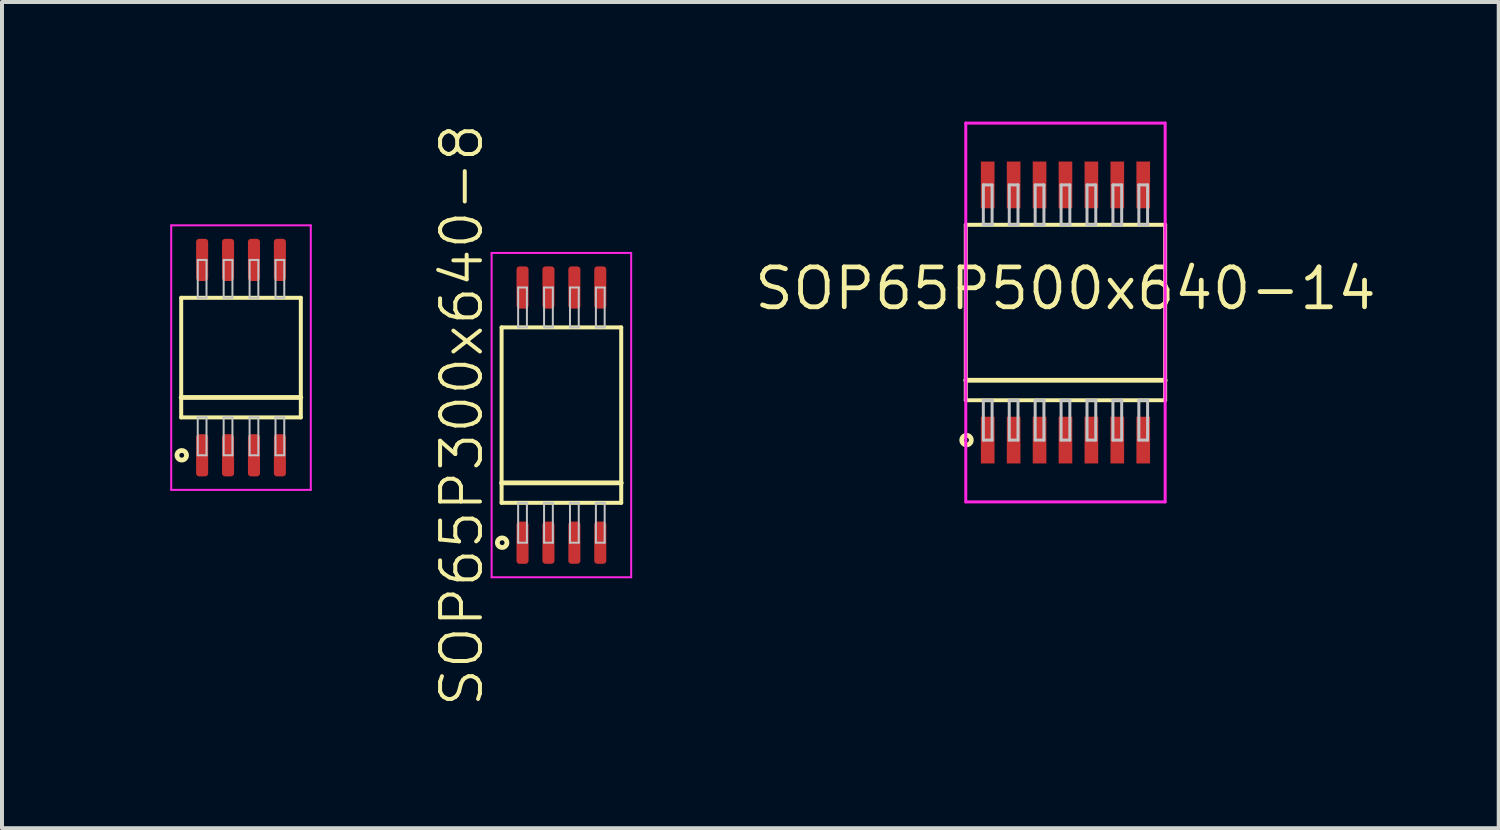
<source format=kicad_pcb>
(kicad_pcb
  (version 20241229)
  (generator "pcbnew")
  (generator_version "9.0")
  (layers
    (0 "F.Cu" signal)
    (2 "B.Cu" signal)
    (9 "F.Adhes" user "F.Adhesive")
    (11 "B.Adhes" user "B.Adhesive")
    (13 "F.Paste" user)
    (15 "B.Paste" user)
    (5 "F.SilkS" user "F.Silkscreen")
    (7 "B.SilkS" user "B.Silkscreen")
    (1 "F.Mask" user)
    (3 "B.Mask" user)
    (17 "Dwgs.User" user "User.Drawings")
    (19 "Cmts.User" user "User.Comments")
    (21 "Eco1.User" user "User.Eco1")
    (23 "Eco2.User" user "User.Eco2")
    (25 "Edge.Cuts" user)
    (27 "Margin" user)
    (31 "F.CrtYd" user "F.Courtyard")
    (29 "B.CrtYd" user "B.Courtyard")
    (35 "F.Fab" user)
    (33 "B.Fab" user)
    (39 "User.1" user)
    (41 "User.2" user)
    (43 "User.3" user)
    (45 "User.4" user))
  (footprint "SOP65P300x640-8"
    (layer "F.Cu")
    (at 11.029 7.36)
    (property "Reference" "SOP65P300x640-8" (at -2.5 0 90) (layer "F.SilkS") (effects (font (size 1 1) (thickness 0.1))))
    (attr through_hole)
    (fp_line (start -1.5 -2.2) (end -1.5 2.2) (stroke (width 0.1) (type solid)) (layer "F.SilkS"))
    (fp_line (start -1.5 1.7) (end 1.5 1.7) (stroke (width 0.12) (type solid)) (layer "F.SilkS"))
    (fp_line (start -1.5 2.2) (end 1.5 2.2) (stroke (width 0.1) (type solid)) (layer "F.SilkS"))
    (fp_line (start 1.5 -2.2) (end -1.5 -2.2) (stroke (width 0.1) (type solid)) (layer "F.SilkS"))
    (fp_line (start 1.5 2.2) (end 1.5 -2.2) (stroke (width 0.1) (type solid)) (layer "F.SilkS"))
    (fp_circle (center -1.486 3.2) (end -1.366 3.2) (stroke (width 0.12) (type solid)) (fill no) (layer "F.SilkS"))
    (fp_line (start -1.085 -3.2) (end -1.085 -2.2) (stroke (width 0.05) (type solid)) (layer "Dwgs.User"))
    (fp_line (start -1.085 -2.2) (end -0.865 -2.2) (stroke (width 0.05) (type solid)) (layer "Dwgs.User"))
    (fp_line (start -1.085 2.2) (end -0.865 2.2) (stroke (width 0.05) (type solid)) (layer "Dwgs.User"))
    (fp_line (start -1.085 3.2) (end -1.085 2.2) (stroke (width 0.05) (type solid)) (layer "Dwgs.User"))
    (fp_line (start -0.865 -3.2) (end -1.085 -3.2) (stroke (width 0.05) (type solid)) (layer "Dwgs.User"))
    (fp_line (start -0.865 -2.2) (end -0.865 -3.2) (stroke (width 0.05) (type solid)) (layer "Dwgs.User"))
    (fp_line (start -0.865 2.2) (end -0.865 3.2) (stroke (width 0.05) (type solid)) (layer "Dwgs.User"))
    (fp_line (start -0.865 3.2) (end -1.085 3.2) (stroke (width 0.05) (type solid)) (layer "Dwgs.User"))
    (fp_line (start -0.435 -3.2) (end -0.435 -2.2) (stroke (width 0.05) (type solid)) (layer "Dwgs.User"))
    (fp_line (start -0.435 -2.2) (end -0.215 -2.2) (stroke (width 0.05) (type solid)) (layer "Dwgs.User"))
    (fp_line (start -0.435 2.2) (end -0.215 2.2) (stroke (width 0.05) (type solid)) (layer "Dwgs.User"))
    (fp_line (start -0.435 3.2) (end -0.435 2.2) (stroke (width 0.05) (type solid)) (layer "Dwgs.User"))
    (fp_line (start -0.215 -3.2) (end -0.435 -3.2) (stroke (width 0.05) (type solid)) (layer "Dwgs.User"))
    (fp_line (start -0.215 -2.2) (end -0.215 -3.2) (stroke (width 0.05) (type solid)) (layer "Dwgs.User"))
    (fp_line (start -0.215 2.2) (end -0.215 3.2) (stroke (width 0.05) (type solid)) (layer "Dwgs.User"))
    (fp_line (start -0.215 3.2) (end -0.435 3.2) (stroke (width 0.05) (type solid)) (layer "Dwgs.User"))
    (fp_line (start 0.215 -3.2) (end 0.215 -2.2) (stroke (width 0.05) (type solid)) (layer "Dwgs.User"))
    (fp_line (start 0.215 -2.2) (end 0.435 -2.2) (stroke (width 0.05) (type solid)) (layer "Dwgs.User"))
    (fp_line (start 0.215 2.2) (end 0.435 2.2) (stroke (width 0.05) (type solid)) (layer "Dwgs.User"))
    (fp_line (start 0.215 3.2) (end 0.215 2.2) (stroke (width 0.05) (type solid)) (layer "Dwgs.User"))
    (fp_line (start 0.435 -3.2) (end 0.215 -3.2) (stroke (width 0.05) (type solid)) (layer "Dwgs.User"))
    (fp_line (start 0.435 -2.2) (end 0.435 -3.2) (stroke (width 0.05) (type solid)) (layer "Dwgs.User"))
    (fp_line (start 0.435 2.2) (end 0.435 3.2) (stroke (width 0.05) (type solid)) (layer "Dwgs.User"))
    (fp_line (start 0.435 3.2) (end 0.215 3.2) (stroke (width 0.05) (type solid)) (layer "Dwgs.User"))
    (fp_line (start 0.865 -3.2) (end 0.865 -2.2) (stroke (width 0.05) (type solid)) (layer "Dwgs.User"))
    (fp_line (start 0.865 -2.2) (end 1.085 -2.2) (stroke (width 0.05) (type solid)) (layer "Dwgs.User"))
    (fp_line (start 0.865 2.2) (end 1.085 2.2) (stroke (width 0.05) (type solid)) (layer "Dwgs.User"))
    (fp_line (start 0.865 3.2) (end 0.865 2.2) (stroke (width 0.05) (type solid)) (layer "Dwgs.User"))
    (fp_line (start 1.085 -3.2) (end 0.865 -3.2) (stroke (width 0.05) (type solid)) (layer "Dwgs.User"))
    (fp_line (start 1.085 -2.2) (end 1.085 -3.2) (stroke (width 0.05) (type solid)) (layer "Dwgs.User"))
    (fp_line (start 1.085 2.2) (end 1.085 3.2) (stroke (width 0.05) (type solid)) (layer "Dwgs.User"))
    (fp_line (start 1.085 3.2) (end 0.865 3.2) (stroke (width 0.05) (type solid)) (layer "Dwgs.User"))
    (fp_line (start -1.75 -4.067) (end -1.75 4.067) (stroke (width 0.05) (type solid)) (layer "F.CrtYd"))
    (fp_line (start -1.75 4.067) (end 1.75 4.067) (stroke (width 0.05) (type solid)) (layer "F.CrtYd"))
    (fp_line (start 1.75 -4.067) (end -1.75 -4.067) (stroke (width 0.05) (type solid)) (layer "F.CrtYd"))
    (fp_line (start 1.75 4.067) (end 1.75 -4.067) (stroke (width 0.05) (type solid)) (layer "F.CrtYd"))
    (pad "1" smd roundrect (at -0.975 3.2) (size 0.302 1.057) (layers "F.Cu" "F.Mask" "F.Paste") (roundrect_rratio 0.25))
    (pad "2" smd roundrect (at -0.325 3.2) (size 0.302 1.057) (layers "F.Cu" "F.Mask" "F.Paste") (roundrect_rratio 0.25))
    (pad "3" smd roundrect (at 0.325 3.2) (size 0.302 1.057) (layers "F.Cu" "F.Mask" "F.Paste") (roundrect_rratio 0.25))
    (pad "4" smd roundrect (at 0.975 3.2) (size 0.302 1.057) (layers "F.Cu" "F.Mask" "F.Paste") (roundrect_rratio 0.25))
    (pad "5" smd roundrect (at 0.975 -3.2) (size 0.302 1.057) (layers "F.Cu" "F.Mask" "F.Paste") (roundrect_rratio 0.25))
    (pad "6" smd roundrect (at 0.325 -3.2) (size 0.302 1.057) (layers "F.Cu" "F.Mask" "F.Paste") (roundrect_rratio 0.25))
    (pad "7" smd roundrect (at -0.325 -3.2) (size 0.302 1.057) (layers "F.Cu" "F.Mask" "F.Paste") (roundrect_rratio 0.25))
    (pad "8" smd roundrect (at -0.975 -3.2) (size 0.302 1.057) (layers "F.Cu" "F.Mask" "F.Paste") (roundrect_rratio 0.25)))
  (footprint "SOP65P500x640-14"
    (layer "F.Cu")
    (at 23.67 4.787)
    (property "Reference" "SOP65P500x640-14" (at 0 -0.6 0) (layer "F.SilkS") (effects (font (size 1 1) (thickness 0.12))))
    (attr through_hole)
    (fp_line (start -2.5 -2.2) (end -2.5 2.2) (stroke (width 0.1) (type solid)) (layer "F.SilkS"))
    (fp_line (start -2.5 1.7) (end 2.5 1.7) (stroke (width 0.12) (type solid)) (layer "F.SilkS"))
    (fp_line (start -2.5 2.2) (end 2.5 2.2) (stroke (width 0.1) (type solid)) (layer "F.SilkS"))
    (fp_line (start 2.5 -2.2) (end -2.5 -2.2) (stroke (width 0.1) (type solid)) (layer "F.SilkS"))
    (fp_line (start 2.5 2.2) (end 2.5 -2.2) (stroke (width 0.1) (type solid)) (layer "F.SilkS"))
    (fp_circle (center -2.481 3.2) (end -2.361 3.2) (stroke (width 0.12) (type solid)) (fill no) (layer "F.SilkS"))
    (fp_line (start -2.06 -3.2) (end -2.06 -2.2) (stroke (width 0.075) (type solid)) (layer "Dwgs.User"))
    (fp_line (start -2.06 -2.2) (end -1.84 -2.2) (stroke (width 0.075) (type solid)) (layer "Dwgs.User"))
    (fp_line (start -2.06 2.2) (end -1.84 2.2) (stroke (width 0.075) (type solid)) (layer "Dwgs.User"))
    (fp_line (start -2.06 3.2) (end -2.06 2.2) (stroke (width 0.075) (type solid)) (layer "Dwgs.User"))
    (fp_line (start -1.84 -3.2) (end -2.06 -3.2) (stroke (width 0.075) (type solid)) (layer "Dwgs.User"))
    (fp_line (start -1.84 -2.2) (end -1.84 -3.2) (stroke (width 0.075) (type solid)) (layer "Dwgs.User"))
    (fp_line (start -1.84 2.2) (end -1.84 3.2) (stroke (width 0.075) (type solid)) (layer "Dwgs.User"))
    (fp_line (start -1.84 3.2) (end -2.06 3.2) (stroke (width 0.075) (type solid)) (layer "Dwgs.User"))
    (fp_line (start -1.41 -3.2) (end -1.41 -2.2) (stroke (width 0.075) (type solid)) (layer "Dwgs.User"))
    (fp_line (start -1.41 -2.2) (end -1.19 -2.2) (stroke (width 0.075) (type solid)) (layer "Dwgs.User"))
    (fp_line (start -1.41 2.2) (end -1.19 2.2) (stroke (width 0.075) (type solid)) (layer "Dwgs.User"))
    (fp_line (start -1.41 3.2) (end -1.41 2.2) (stroke (width 0.075) (type solid)) (layer "Dwgs.User"))
    (fp_line (start -1.19 -3.2) (end -1.41 -3.2) (stroke (width 0.075) (type solid)) (layer "Dwgs.User"))
    (fp_line (start -1.19 -2.2) (end -1.19 -3.2) (stroke (width 0.075) (type solid)) (layer "Dwgs.User"))
    (fp_line (start -1.19 2.2) (end -1.19 3.2) (stroke (width 0.075) (type solid)) (layer "Dwgs.User"))
    (fp_line (start -1.19 3.2) (end -1.41 3.2) (stroke (width 0.075) (type solid)) (layer "Dwgs.User"))
    (fp_line (start -0.76 -3.2) (end -0.76 -2.2) (stroke (width 0.075) (type solid)) (layer "Dwgs.User"))
    (fp_line (start -0.76 -2.2) (end -0.54 -2.2) (stroke (width 0.075) (type solid)) (layer "Dwgs.User"))
    (fp_line (start -0.76 2.2) (end -0.54 2.2) (stroke (width 0.075) (type solid)) (layer "Dwgs.User"))
    (fp_line (start -0.76 3.2) (end -0.76 2.2) (stroke (width 0.075) (type solid)) (layer "Dwgs.User"))
    (fp_line (start -0.54 -3.2) (end -0.76 -3.2) (stroke (width 0.075) (type solid)) (layer "Dwgs.User"))
    (fp_line (start -0.54 -2.2) (end -0.54 -3.2) (stroke (width 0.075) (type solid)) (layer "Dwgs.User"))
    (fp_line (start -0.54 2.2) (end -0.54 3.2) (stroke (width 0.075) (type solid)) (layer "Dwgs.User"))
    (fp_line (start -0.54 3.2) (end -0.76 3.2) (stroke (width 0.075) (type solid)) (layer "Dwgs.User"))
    (fp_line (start -0.11 -3.2) (end -0.11 -2.2) (stroke (width 0.075) (type solid)) (layer "Dwgs.User"))
    (fp_line (start -0.11 -2.2) (end 0.11 -2.2) (stroke (width 0.075) (type solid)) (layer "Dwgs.User"))
    (fp_line (start -0.11 2.2) (end 0.11 2.2) (stroke (width 0.075) (type solid)) (layer "Dwgs.User"))
    (fp_line (start -0.11 3.2) (end -0.11 2.2) (stroke (width 0.075) (type solid)) (layer "Dwgs.User"))
    (fp_line (start 0.11 -3.2) (end -0.11 -3.2) (stroke (width 0.075) (type solid)) (layer "Dwgs.User"))
    (fp_line (start 0.11 -2.2) (end 0.11 -3.2) (stroke (width 0.075) (type solid)) (layer "Dwgs.User"))
    (fp_line (start 0.11 2.2) (end 0.11 3.2) (stroke (width 0.075) (type solid)) (layer "Dwgs.User"))
    (fp_line (start 0.11 3.2) (end -0.11 3.2) (stroke (width 0.075) (type solid)) (layer "Dwgs.User"))
    (fp_line (start 0.54 -3.2) (end 0.54 -2.2) (stroke (width 0.075) (type solid)) (layer "Dwgs.User"))
    (fp_line (start 0.54 -2.2) (end 0.76 -2.2) (stroke (width 0.075) (type solid)) (layer "Dwgs.User"))
    (fp_line (start 0.54 2.2) (end 0.76 2.2) (stroke (width 0.075) (type solid)) (layer "Dwgs.User"))
    (fp_line (start 0.54 3.2) (end 0.54 2.2) (stroke (width 0.075) (type solid)) (layer "Dwgs.User"))
    (fp_line (start 0.76 -3.2) (end 0.54 -3.2) (stroke (width 0.075) (type solid)) (layer "Dwgs.User"))
    (fp_line (start 0.76 -2.2) (end 0.76 -3.2) (stroke (width 0.075) (type solid)) (layer "Dwgs.User"))
    (fp_line (start 0.76 2.2) (end 0.76 3.2) (stroke (width 0.075) (type solid)) (layer "Dwgs.User"))
    (fp_line (start 0.76 3.2) (end 0.54 3.2) (stroke (width 0.075) (type solid)) (layer "Dwgs.User"))
    (fp_line (start 1.19 -3.2) (end 1.19 -2.2) (stroke (width 0.075) (type solid)) (layer "Dwgs.User"))
    (fp_line (start 1.19 -2.2) (end 1.41 -2.2) (stroke (width 0.075) (type solid)) (layer "Dwgs.User"))
    (fp_line (start 1.19 2.2) (end 1.41 2.2) (stroke (width 0.075) (type solid)) (layer "Dwgs.User"))
    (fp_line (start 1.19 3.2) (end 1.19 2.2) (stroke (width 0.075) (type solid)) (layer "Dwgs.User"))
    (fp_line (start 1.41 -3.2) (end 1.19 -3.2) (stroke (width 0.075) (type solid)) (layer "Dwgs.User"))
    (fp_line (start 1.41 -2.2) (end 1.41 -3.2) (stroke (width 0.075) (type solid)) (layer "Dwgs.User"))
    (fp_line (start 1.41 2.2) (end 1.41 3.2) (stroke (width 0.075) (type solid)) (layer "Dwgs.User"))
    (fp_line (start 1.41 3.2) (end 1.19 3.2) (stroke (width 0.075) (type solid)) (layer "Dwgs.User"))
    (fp_line (start 1.84 -3.2) (end 1.84 -2.2) (stroke (width 0.075) (type solid)) (layer "Dwgs.User"))
    (fp_line (start 1.84 -2.2) (end 2.06 -2.2) (stroke (width 0.075) (type solid)) (layer "Dwgs.User"))
    (fp_line (start 1.84 2.2) (end 2.06 2.2) (stroke (width 0.075) (type solid)) (layer "Dwgs.User"))
    (fp_line (start 1.84 3.2) (end 1.84 2.2) (stroke (width 0.075) (type solid)) (layer "Dwgs.User"))
    (fp_line (start 2.06 -3.2) (end 1.84 -3.2) (stroke (width 0.075) (type solid)) (layer "Dwgs.User"))
    (fp_line (start 2.06 -2.2) (end 2.06 -3.2) (stroke (width 0.075) (type solid)) (layer "Dwgs.User"))
    (fp_line (start 2.06 2.2) (end 2.06 3.2) (stroke (width 0.075) (type solid)) (layer "Dwgs.User"))
    (fp_line (start 2.06 3.2) (end 1.84 3.2) (stroke (width 0.075) (type solid)) (layer "Dwgs.User"))
    (fp_line (start -0.75 0) (end 0.75 0) (stroke (width 0.12) (type solid)) (layer "Eco1.User"))
    (fp_line (start 0 -0.75) (end 0 0.75) (stroke (width 0.12) (type solid)) (layer "Eco1.User"))
    (fp_circle (center 0 0) (end 0.5 0) (stroke (width 0.12) (type solid)) (fill no) (layer "Eco1.User"))
    (fp_line (start -2.5 -4.75) (end -2.5 4.75) (stroke (width 0.075) (type solid)) (layer "F.CrtYd"))
    (fp_line (start -2.5 4.75) (end 2.5 4.75) (stroke (width 0.075) (type solid)) (layer "F.CrtYd"))
    (fp_line (start 2.5 -4.75) (end -2.5 -4.75) (stroke (width 0.075) (type solid)) (layer "F.CrtYd"))
    (fp_line (start 2.5 4.75) (end 2.5 -4.75) (stroke (width 0.075) (type solid)) (layer "F.CrtYd"))
    (pad "1" smd rect (at -1.95 3.2) (size 0.342 1.172) (layers "F.Cu" "F.Mask" "F.Paste"))
    (pad "2" smd rect (at -1.3 3.2) (size 0.342 1.172) (layers "F.Cu" "F.Mask" "F.Paste"))
    (pad "3" smd rect (at -0.65 3.2) (size 0.342 1.172) (layers "F.Cu" "F.Mask" "F.Paste"))
    (pad "4" smd rect (at 0 3.2) (size 0.342 1.172) (layers "F.Cu" "F.Mask" "F.Paste"))
    (pad "5" smd rect (at 0.65 3.2) (size 0.342 1.172) (layers "F.Cu" "F.Mask" "F.Paste"))
    (pad "6" smd rect (at 1.3 3.2) (size 0.342 1.172) (layers "F.Cu" "F.Mask" "F.Paste"))
    (pad "7" smd rect (at 1.95 3.2) (size 0.342 1.172) (layers "F.Cu" "F.Mask" "F.Paste"))
    (pad "8" smd rect (at 1.95 -3.2) (size 0.342 1.172) (layers "F.Cu" "F.Mask" "F.Paste"))
    (pad "9" smd rect (at 1.3 -3.2) (size 0.342 1.172) (layers "F.Cu" "F.Mask" "F.Paste"))
    (pad "10" smd rect (at 0.65 -3.2) (size 0.342 1.172) (layers "F.Cu" "F.Mask" "F.Paste"))
    (pad "11" smd rect (at 0 -3.2) (size 0.342 1.172) (layers "F.Cu" "F.Mask" "F.Paste"))
    (pad "12" smd rect (at -0.65 -3.2) (size 0.342 1.172) (layers "F.Cu" "F.Mask" "F.Paste"))
    (pad "13" smd rect (at -1.3 -3.2) (size 0.342 1.172) (layers "F.Cu" "F.Mask" "F.Paste"))
    (pad "14" smd rect (at -1.95 -3.2) (size 0.342 1.172) (layers "F.Cu" "F.Mask" "F.Paste")))
  (footprint "SOP65P300x490-8"
    (layer "F.Cu")
    (at 2.994 5.918)
    (property "Reference" "SOP65P300x490-8" (at -2.35 0 90) (layer "User.1") (effects (font (size 0.8 0.8) (thickness 0.1))))
    (attr through_hole)
    (fp_line (start -1.5 -1.5) (end -1.5 1.5) (stroke (width 0.1) (type solid)) (layer "F.SilkS"))
    (fp_line (start -1.5 1) (end 1.5 1) (stroke (width 0.12) (type solid)) (layer "F.SilkS"))
    (fp_line (start -1.5 1.5) (end 1.5 1.5) (stroke (width 0.1) (type solid)) (layer "F.SilkS"))
    (fp_line (start 1.5 -1.5) (end -1.5 -1.5) (stroke (width 0.1) (type solid)) (layer "F.SilkS"))
    (fp_line (start 1.5 1.5) (end 1.5 -1.5) (stroke (width 0.1) (type solid)) (layer "F.SilkS"))
    (fp_circle (center -1.486 2.45) (end -1.366 2.45) (stroke (width 0.12) (type solid)) (fill no) (layer "F.SilkS"))
    (fp_line (start -1.085 -2.45) (end -1.085 -1.5) (stroke (width 0.05) (type solid)) (layer "Dwgs.User"))
    (fp_line (start -1.085 -1.5) (end -0.865 -1.5) (stroke (width 0.05) (type solid)) (layer "Dwgs.User"))
    (fp_line (start -1.085 1.5) (end -0.865 1.5) (stroke (width 0.05) (type solid)) (layer "Dwgs.User"))
    (fp_line (start -1.085 2.45) (end -1.085 1.5) (stroke (width 0.05) (type solid)) (layer "Dwgs.User"))
    (fp_line (start -0.865 -2.45) (end -1.085 -2.45) (stroke (width 0.05) (type solid)) (layer "Dwgs.User"))
    (fp_line (start -0.865 -1.5) (end -0.865 -2.45) (stroke (width 0.05) (type solid)) (layer "Dwgs.User"))
    (fp_line (start -0.865 1.5) (end -0.865 2.45) (stroke (width 0.05) (type solid)) (layer "Dwgs.User"))
    (fp_line (start -0.865 2.45) (end -1.085 2.45) (stroke (width 0.05) (type solid)) (layer "Dwgs.User"))
    (fp_line (start -0.435 -2.45) (end -0.435 -1.5) (stroke (width 0.05) (type solid)) (layer "Dwgs.User"))
    (fp_line (start -0.435 -1.5) (end -0.215 -1.5) (stroke (width 0.05) (type solid)) (layer "Dwgs.User"))
    (fp_line (start -0.435 1.5) (end -0.215 1.5) (stroke (width 0.05) (type solid)) (layer "Dwgs.User"))
    (fp_line (start -0.435 2.45) (end -0.435 1.5) (stroke (width 0.05) (type solid)) (layer "Dwgs.User"))
    (fp_line (start -0.215 -2.45) (end -0.435 -2.45) (stroke (width 0.05) (type solid)) (layer "Dwgs.User"))
    (fp_line (start -0.215 -1.5) (end -0.215 -2.45) (stroke (width 0.05) (type solid)) (layer "Dwgs.User"))
    (fp_line (start -0.215 1.5) (end -0.215 2.45) (stroke (width 0.05) (type solid)) (layer "Dwgs.User"))
    (fp_line (start -0.215 2.45) (end -0.435 2.45) (stroke (width 0.05) (type solid)) (layer "Dwgs.User"))
    (fp_line (start 0.215 -2.45) (end 0.215 -1.5) (stroke (width 0.05) (type solid)) (layer "Dwgs.User"))
    (fp_line (start 0.215 -1.5) (end 0.435 -1.5) (stroke (width 0.05) (type solid)) (layer "Dwgs.User"))
    (fp_line (start 0.215 1.5) (end 0.435 1.5) (stroke (width 0.05) (type solid)) (layer "Dwgs.User"))
    (fp_line (start 0.215 2.45) (end 0.215 1.5) (stroke (width 0.05) (type solid)) (layer "Dwgs.User"))
    (fp_line (start 0.435 -2.45) (end 0.215 -2.45) (stroke (width 0.05) (type solid)) (layer "Dwgs.User"))
    (fp_line (start 0.435 -1.5) (end 0.435 -2.45) (stroke (width 0.05) (type solid)) (layer "Dwgs.User"))
    (fp_line (start 0.435 1.5) (end 0.435 2.45) (stroke (width 0.05) (type solid)) (layer "Dwgs.User"))
    (fp_line (start 0.435 2.45) (end 0.215 2.45) (stroke (width 0.05) (type solid)) (layer "Dwgs.User"))
    (fp_line (start 0.865 -2.45) (end 0.865 -1.5) (stroke (width 0.05) (type solid)) (layer "Dwgs.User"))
    (fp_line (start 0.865 -1.5) (end 1.085 -1.5) (stroke (width 0.05) (type solid)) (layer "Dwgs.User"))
    (fp_line (start 0.865 1.5) (end 1.085 1.5) (stroke (width 0.05) (type solid)) (layer "Dwgs.User"))
    (fp_line (start 0.865 2.45) (end 0.865 1.5) (stroke (width 0.05) (type solid)) (layer "Dwgs.User"))
    (fp_line (start 1.085 -2.45) (end 0.865 -2.45) (stroke (width 0.05) (type solid)) (layer "Dwgs.User"))
    (fp_line (start 1.085 -1.5) (end 1.085 -2.45) (stroke (width 0.05) (type solid)) (layer "Dwgs.User"))
    (fp_line (start 1.085 1.5) (end 1.085 2.45) (stroke (width 0.05) (type solid)) (layer "Dwgs.User"))
    (fp_line (start 1.085 2.45) (end 0.865 2.45) (stroke (width 0.05) (type solid)) (layer "Dwgs.User"))
    (fp_line (start -1.75 -3.317) (end -1.75 3.317) (stroke (width 0.05) (type solid)) (layer "F.CrtYd"))
    (fp_line (start -1.75 3.317) (end 1.75 3.317) (stroke (width 0.05) (type solid)) (layer "F.CrtYd"))
    (fp_line (start 1.75 -3.317) (end -1.75 -3.317) (stroke (width 0.05) (type solid)) (layer "F.CrtYd"))
    (fp_line (start 1.75 3.317) (end 1.75 -3.317) (stroke (width 0.05) (type solid)) (layer "F.CrtYd"))
    (pad "1" smd roundrect (at -0.975 2.45) (size 0.302 1.057) (layers "F.Cu" "F.Mask" "F.Paste") (roundrect_rratio 0.25))
    (pad "2" smd roundrect (at -0.325 2.45) (size 0.302 1.057) (layers "F.Cu" "F.Mask" "F.Paste") (roundrect_rratio 0.25))
    (pad "3" smd roundrect (at 0.325 2.45) (size 0.302 1.057) (layers "F.Cu" "F.Mask" "F.Paste") (roundrect_rratio 0.25))
    (pad "4" smd roundrect (at 0.975 2.45) (size 0.302 1.057) (layers "F.Cu" "F.Mask" "F.Paste") (roundrect_rratio 0.25))
    (pad "5" smd roundrect (at 0.975 -2.45) (size 0.302 1.057) (layers "F.Cu" "F.Mask" "F.Paste") (roundrect_rratio 0.25))
    (pad "6" smd roundrect (at 0.325 -2.45) (size 0.302 1.057) (layers "F.Cu" "F.Mask" "F.Paste") (roundrect_rratio 0.25))
    (pad "7" smd roundrect (at -0.325 -2.45) (size 0.302 1.057) (layers "F.Cu" "F.Mask" "F.Paste") (roundrect_rratio 0.25))
    (pad "8" smd roundrect (at -0.975 -2.45) (size 0.302 1.057) (layers "F.Cu" "F.Mask" "F.Paste") (roundrect_rratio 0.25)))
  (gr_rect
    (start -3 -3)
    (end 34.535 17.719)
    (stroke (width 0.1) (type default))
    (fill no)
    (layer "Edge.Cuts")))
</source>
